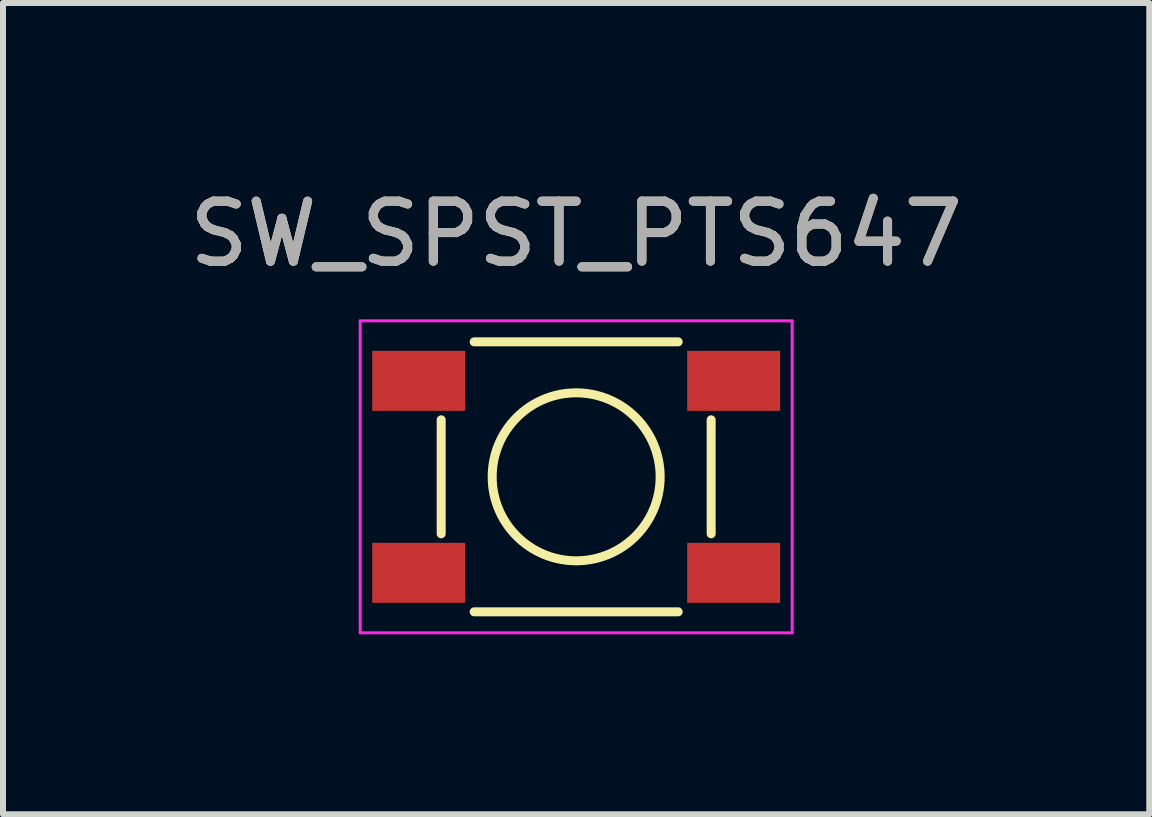
<source format=kicad_pcb>
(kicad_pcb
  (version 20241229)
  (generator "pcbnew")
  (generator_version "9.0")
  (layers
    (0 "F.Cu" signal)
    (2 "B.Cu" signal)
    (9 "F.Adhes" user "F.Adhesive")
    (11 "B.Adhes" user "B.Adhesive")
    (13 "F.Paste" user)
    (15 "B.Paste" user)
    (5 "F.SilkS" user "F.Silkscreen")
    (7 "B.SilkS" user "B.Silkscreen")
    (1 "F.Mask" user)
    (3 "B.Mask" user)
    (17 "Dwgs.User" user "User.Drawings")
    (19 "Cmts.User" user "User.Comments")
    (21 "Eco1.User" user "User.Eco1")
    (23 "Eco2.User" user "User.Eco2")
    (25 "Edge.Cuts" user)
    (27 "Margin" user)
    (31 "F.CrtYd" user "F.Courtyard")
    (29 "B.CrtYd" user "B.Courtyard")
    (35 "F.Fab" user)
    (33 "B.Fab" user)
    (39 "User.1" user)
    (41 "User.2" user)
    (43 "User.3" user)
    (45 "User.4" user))
  (footprint "SW_SPST_PTS647"
    (layer "F.Cu")
    (at 6.554 4.898)
    (property "Reference" "SW_SPST_PTS647" (at 0 -4.05 0) (layer "F.SilkS") (effects (font (size 1 1) (thickness 0.15))))
    (attr smd)
    (fp_line (start -2.25 -0.95) (end -2.25 0.95) (stroke (width 0.15) (type solid)) (layer "F.SilkS"))
    (fp_line (start -1.7 -2.25) (end 1.7 -2.25) (stroke (width 0.15) (type solid)) (layer "F.SilkS"))
    (fp_line (start -1.7 2.25) (end 1.7 2.25) (stroke (width 0.15) (type solid)) (layer "F.SilkS"))
    (fp_line (start 2.25 -0.95) (end 2.25 0.95) (stroke (width 0.15) (type solid)) (layer "F.SilkS"))
    (fp_circle (center 0 0) (end 1.4 0) (stroke (width 0.15) (type solid)) (fill no) (layer "F.SilkS"))
    (fp_line (start -3.6 -2.6) (end -3.6 2.6) (stroke (width 0.05) (type solid)) (layer "F.CrtYd"))
    (fp_line (start -3.6 -2.6) (end 3.6 -2.6) (stroke (width 0.05) (type solid)) (layer "F.CrtYd"))
    (fp_line (start -3.6 2.6) (end 3.6 2.6) (stroke (width 0.05) (type solid)) (layer "F.CrtYd"))
    (fp_line (start 3.6 2.6) (end 3.6 -2.6) (stroke (width 0.05) (type solid)) (layer "F.CrtYd"))
    (fp_text user "${REFERENCE}" (at 0 -4.05 0) (layer "F.Fab") (effects (font (size 1 1) (thickness 0.15))))
    (pad "1" smd rect (at -2.625 -1.6) (size 1.55 1) (layers "F.Cu" "F.Mask" "F.Paste"))
    (pad "2" smd rect (at 2.625 -1.6) (size 1.55 1) (layers "F.Cu" "F.Mask" "F.Paste"))
    (pad "3" smd rect (at -2.625 1.6) (size 1.55 1) (layers "F.Cu" "F.Mask" "F.Paste"))
    (pad "4" smd rect (at 2.625 1.6) (size 1.55 1) (layers "F.Cu" "F.Mask" "F.Paste")))
  (gr_rect
    (start -3 -3)
    (end 16.107 10.523)
    (stroke (width 0.1) (type default))
    (fill no)
    (layer "Edge.Cuts")))
</source>
